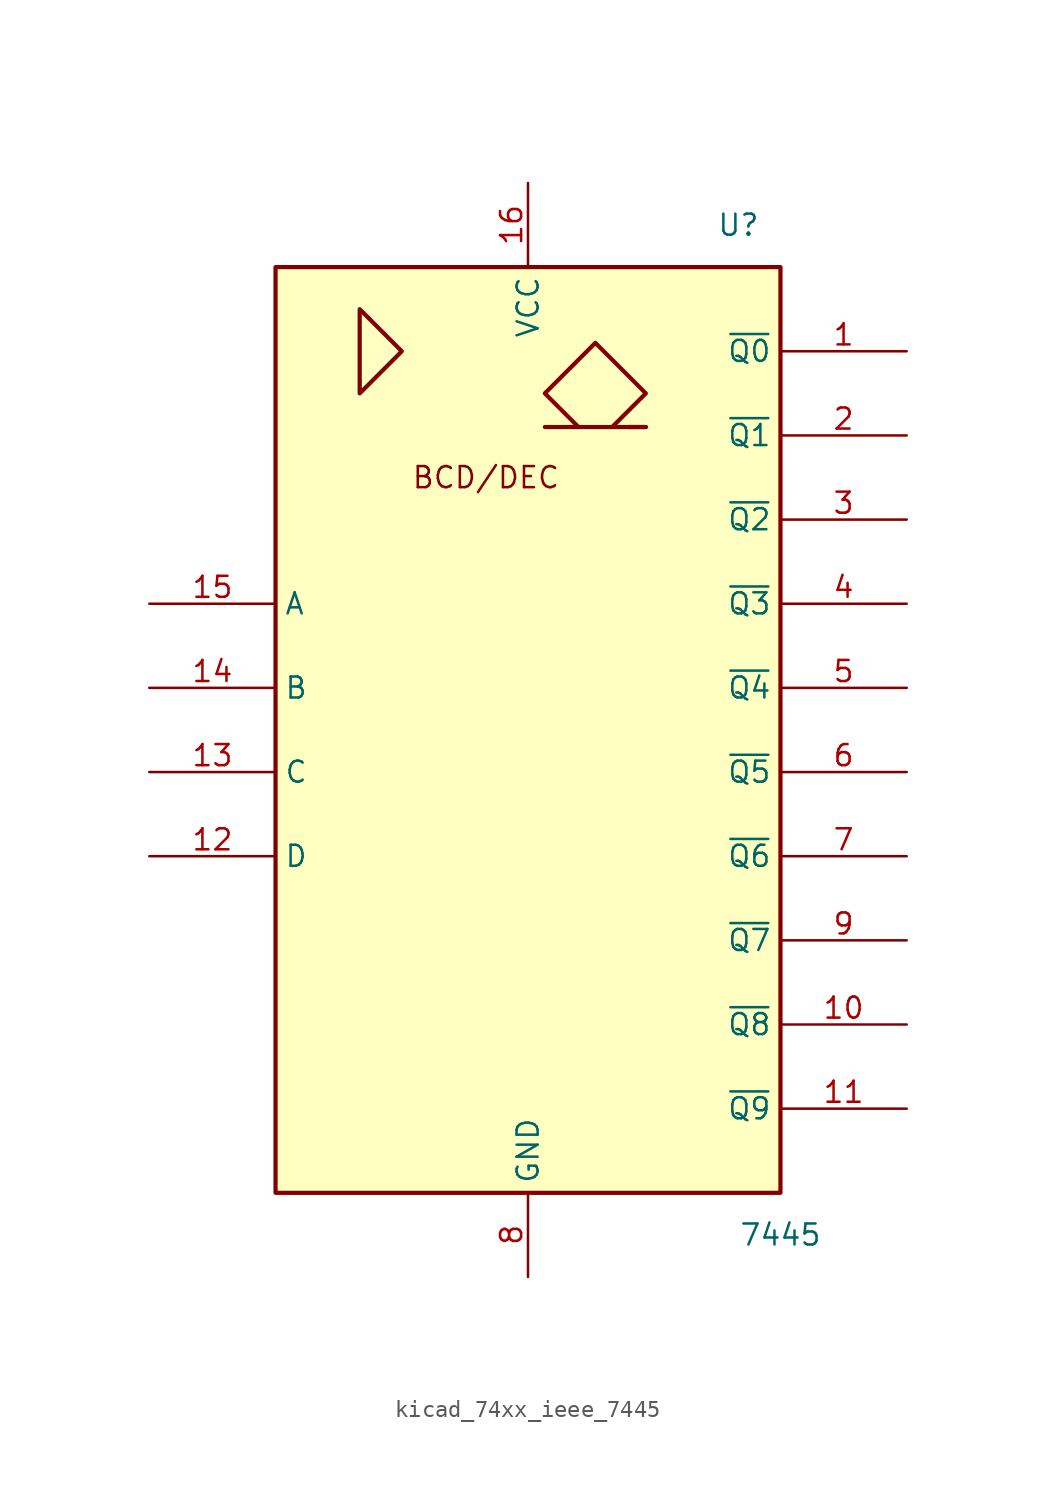
<source format=kicad_sym>
(kicad_symbol_lib
  (version 20220914)
  (generator kicad_symbol_editor)
  (symbol "kicad_74xx_ieee_7445"
    (property "Reference" "U"
      (at 12.7 30.48 0)
      (effects (font (size 1.27 1.27))))
    (property "Value" "7445"
      (at 15.24 -30.48 0)
      (effects (font (size 1.27 1.27))))
    (symbol "kicad_74xx_ieee_7445_0_0"
      (polyline (pts (xy 7.112 18.288) (xy 6.096 18.288) (xy 6.096 18.288)) (stroke (width 0.254) (type default)) (fill (type background)))
      (polyline (pts (xy -10.16 25.4) (xy -10.16 20.32) (xy -7.62 22.86) (xy -10.16 25.4) (xy -10.16 25.4)) (stroke (width 0.254) (type default)) (fill (type background)))
      (polyline (pts (xy 5.08 18.288) (xy 7.112 20.32) (xy 4.064 23.368) (xy 1.016 20.32) (xy 3.048 18.288) (xy 1.016 18.288) (xy 7.112 18.288)) (stroke (width 0.254) (type default)) (fill (type background)))
      (text "BCD/DEC" (at -2.54 15.24 0) (effects (font (size 1.27 1.27))))
      (pin power_in line (at 0 33.02 270) (length 5.08) (name "VCC" (effects (font (size 1.27 1.27)))) (number "16" (effects (font (size 1.27 1.27)))))
      (pin power_in line (at 0 -33.02 90) (length 5.08) (name "GND" (effects (font (size 1.27 1.27)))) (number "8" (effects (font (size 1.27 1.27))))))
    (symbol "kicad_74xx_ieee_7445_0_1"
      (rectangle (start -15.24 27.94) (end 15.24 -27.94) (stroke (width 0.254) (type default)) (fill (type background))))
    (symbol "kicad_74xx_ieee_7445_1_1"
      (pin open_collector line (at 22.86 22.86 180) (length 7.62) (name "~{Q0}" (effects (font (size 1.27 1.27)))) (number "1" (effects (font (size 1.27 1.27)))))
      (pin open_collector line (at 22.86 -17.78 180) (length 7.62) (name "~{Q8}" (effects (font (size 1.27 1.27)))) (number "10" (effects (font (size 1.27 1.27)))))
      (pin open_collector line (at 22.86 -22.86 180) (length 7.62) (name "~{Q9}" (effects (font (size 1.27 1.27)))) (number "11" (effects (font (size 1.27 1.27)))))
      (pin input line (at -22.86 -7.62 0) (length 7.62) (name "D" (effects (font (size 1.27 1.27)))) (number "12" (effects (font (size 1.27 1.27)))))
      (pin input line (at -22.86 -2.54 0) (length 7.62) (name "C" (effects (font (size 1.27 1.27)))) (number "13" (effects (font (size 1.27 1.27)))))
      (pin input line (at -22.86 2.54 0) (length 7.62) (name "B" (effects (font (size 1.27 1.27)))) (number "14" (effects (font (size 1.27 1.27)))))
      (pin input line (at -22.86 7.62 0) (length 7.62) (name "A" (effects (font (size 1.27 1.27)))) (number "15" (effects (font (size 1.27 1.27)))))
      (pin open_collector line (at 22.86 17.78 180) (length 7.62) (name "~{Q1}" (effects (font (size 1.27 1.27)))) (number "2" (effects (font (size 1.27 1.27)))))
      (pin open_collector line (at 22.86 12.7 180) (length 7.62) (name "~{Q2}" (effects (font (size 1.27 1.27)))) (number "3" (effects (font (size 1.27 1.27)))))
      (pin open_collector line (at 22.86 7.62 180) (length 7.62) (name "~{Q3}" (effects (font (size 1.27 1.27)))) (number "4" (effects (font (size 1.27 1.27)))))
      (pin open_collector line (at 22.86 2.54 180) (length 7.62) (name "~{Q4}" (effects (font (size 1.27 1.27)))) (number "5" (effects (font (size 1.27 1.27)))))
      (pin open_collector line (at 22.86 -2.54 180) (length 7.62) (name "~{Q5}" (effects (font (size 1.27 1.27)))) (number "6" (effects (font (size 1.27 1.27)))))
      (pin open_collector line (at 22.86 -7.62 180) (length 7.62) (name "~{Q6}" (effects (font (size 1.27 1.27)))) (number "7" (effects (font (size 1.27 1.27)))))
      (pin open_collector line (at 22.86 -12.7 180) (length 7.62) (name "~{Q7}" (effects (font (size 1.27 1.27)))) (number "9" (effects (font (size 1.27 1.27))))))))
</source>
